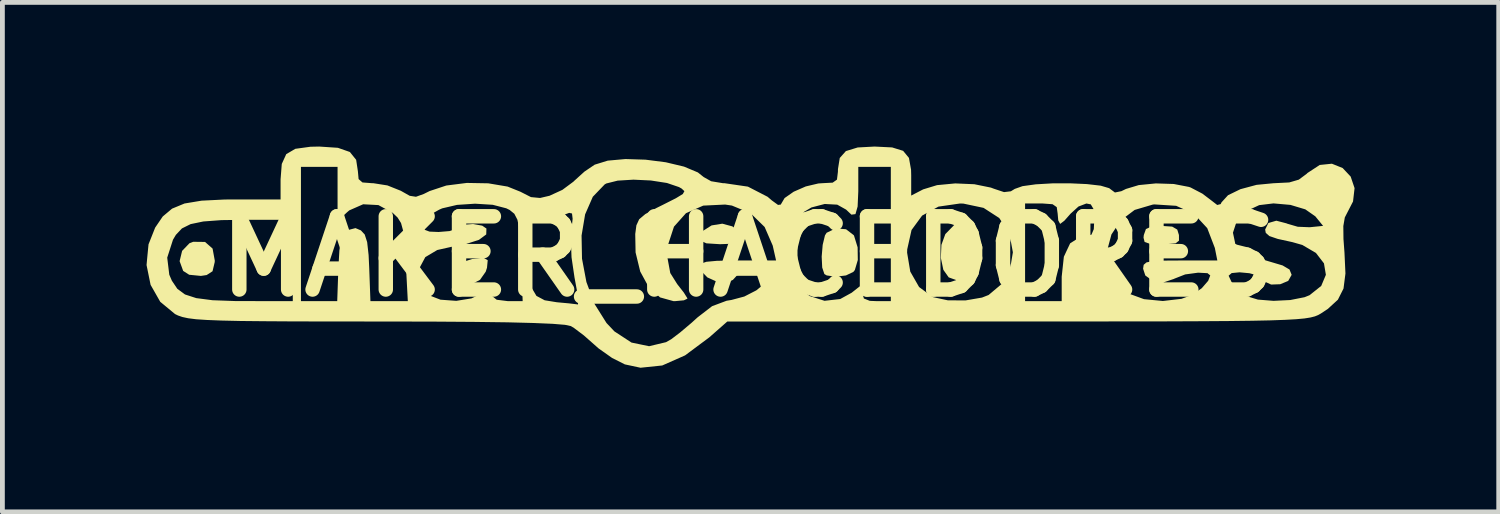
<source format=kicad_pcb>
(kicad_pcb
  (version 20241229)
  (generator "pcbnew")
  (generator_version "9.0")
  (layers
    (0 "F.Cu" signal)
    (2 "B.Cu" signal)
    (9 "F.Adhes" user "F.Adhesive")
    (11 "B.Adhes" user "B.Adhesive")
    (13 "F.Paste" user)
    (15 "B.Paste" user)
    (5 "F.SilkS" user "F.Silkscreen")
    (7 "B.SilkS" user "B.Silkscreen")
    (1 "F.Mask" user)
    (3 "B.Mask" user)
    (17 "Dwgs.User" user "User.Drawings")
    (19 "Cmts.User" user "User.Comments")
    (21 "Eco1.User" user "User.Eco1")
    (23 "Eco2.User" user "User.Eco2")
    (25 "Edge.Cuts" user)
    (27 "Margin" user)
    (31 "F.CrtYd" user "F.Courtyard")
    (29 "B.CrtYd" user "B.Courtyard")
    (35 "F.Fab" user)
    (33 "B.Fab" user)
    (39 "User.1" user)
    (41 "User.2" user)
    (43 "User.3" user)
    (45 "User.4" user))
  (footprint "MAKER_HACEDORES"
    (layer "F.Cu")
    (at 12.526 2.286)
    (property "Reference" "MAKER_HACEDORES" (at 0 0 0) (layer "F.SilkS") (effects (font (size 1.524 1.524) (thickness 0.3))))
    (attr board_only exclude_from_pos_files exclude_from_bom)
    (fp_poly (pts (xy -5.426 0.079) (xy -5.441 0.236) (xy -5.468 0.319) (xy -5.586 0.487) (xy -5.763 0.58) (xy -5.94 0.583) (xy -6.059 0.481) (xy -6.063 0.471) (xy -6.079 0.26) (xy -5.939 0.115) (xy -5.751 0.054) (xy -5.521 0.026)) (stroke (width 0) (type solid)) (fill yes) (layer "F.SilkS"))
    (fp_poly (pts (xy -0.335 -0.625) (xy -0.271 -0.576) (xy -0.164 -0.417) (xy -0.217 -0.312) (xy -0.43 -0.26) (xy -0.593 -0.254) (xy -0.876 -0.272) (xy -1.005 -0.33) (xy -1.016 -0.364) (xy -0.944 -0.533) (xy -0.767 -0.645) (xy -0.544 -0.681)) (stroke (width 0) (type solid)) (fill yes) (layer "F.SilkS"))
    (fp_poly (pts (xy -11.309 -0.301) (xy -11.152 -0.163) (xy -11.106 0.088) (xy -11.108 0.12) (xy -11.153 0.309) (xy -11.275 0.388) (xy -11.395 0.406) (xy -11.639 0.382) (xy -11.764 0.302) (xy -11.838 0.099) (xy -11.786 -0.115) (xy -11.633 -0.274) (xy -11.555 -0.304)) (stroke (width 0) (type solid)) (fill yes) (layer "F.SilkS"))
    (fp_poly (pts (xy 4.612 -0.58) (xy 4.714 -0.348) (xy 4.741 -0.085) (xy 4.698 0.249) (xy 4.576 0.454) (xy 4.39 0.517) (xy 4.167 0.436) (xy 4.056 0.279) (xy 4.004 0.031) (xy 4.016 -0.241) (xy 4.097 -0.464) (xy 4.28 -0.652) (xy 4.46 -0.685)) (stroke (width 0) (type solid)) (fill yes) (layer "F.SilkS"))
    (fp_poly (pts (xy 8.818 -0.62) (xy 8.924 -0.558) (xy 8.959 -0.445) (xy 8.96 -0.328) (xy 8.89 -0.272) (xy 8.709 -0.255) (xy 8.594 -0.254) (xy 8.355 -0.262) (xy 8.245 -0.3) (xy 8.222 -0.389) (xy 8.228 -0.445) (xy 8.272 -0.569) (xy 8.391 -0.624) (xy 8.594 -0.635)) (stroke (width 0) (type solid)) (fill yes) (layer "F.SilkS"))
    (fp_poly (pts (xy 2.031 -0.565) (xy 2.191 -0.442) (xy 2.198 -0.429) (xy 2.272 -0.189) (xy 2.276 0.075) (xy 2.214 0.284) (xy 2.184 0.322) (xy 2.03 0.396) (xy 1.815 0.423) (xy 1.629 0.396) (xy 1.58 0.367) (xy 1.535 0.232) (xy 1.524 0.005) (xy 1.545 -0.241) (xy 1.592 -0.436) (xy 1.626 -0.491) (xy 1.816 -0.584)) (stroke (width 0) (type solid)) (fill yes) (layer "F.SilkS"))
    (fp_poly (pts (xy 2.99 -2.268) (xy 3.219 -2.197) (xy 3.34 -2.05) (xy 3.384 -1.805) (xy 3.387 -1.688) (xy 3.387 -1.266) (xy 3.636 -1.395) (xy 3.925 -1.483) (xy 4.304 -1.519) (xy 4.701 -1.502) (xy 5.045 -1.432) (xy 5.109 -1.408) (xy 5.319 -1.338) (xy 5.461 -1.355) (xy 5.543 -1.405) (xy 5.704 -1.462) (xy 5.98 -1.5) (xy 6.325 -1.52) (xy 6.695 -1.521) (xy 7.045 -1.505) (xy 7.331 -1.472) (xy 7.507 -1.42) (xy 7.533 -1.4) (xy 7.627 -1.33) (xy 7.76 -1.357) (xy 7.857 -1.404) (xy 8.123 -1.484) (xy 8.479 -1.519) (xy 8.851 -1.507) (xy 9.167 -1.446) (xy 9.202 -1.434) (xy 9.447 -1.306) (xy 9.62 -1.175) (xy 9.756 -1.07) (xy 9.828 -1.089) (xy 9.845 -1.125) (xy 9.98 -1.273) (xy 10.239 -1.399) (xy 10.574 -1.489) (xy 10.939 -1.524) (xy 10.952 -1.524) (xy 11.254 -1.539) (xy 11.453 -1.597) (xy 11.616 -1.718) (xy 11.634 -1.736) (xy 11.889 -1.903) (xy 12.142 -1.929) (xy 12.366 -1.839) (xy 12.533 -1.661) (xy 12.614 -1.421) (xy 12.582 -1.143) (xy 12.48 -0.945) (xy 12.411 -0.811) (xy 12.38 -0.631) (xy 12.383 -0.361) (xy 12.404 -0.078) (xy 12.424 0.356) (xy 12.384 0.669) (xy 12.267 0.901) (xy 12.056 1.094) (xy 11.912 1.189) (xy 11.855 1.221) (xy 11.788 1.248) (xy 11.698 1.271) (xy 11.573 1.291) (xy 11.401 1.307) (xy 11.17 1.32) (xy 10.868 1.331) (xy 10.483 1.339) (xy 10.003 1.345) (xy 9.415 1.349) (xy 8.708 1.352) (xy 7.869 1.353) (xy 6.887 1.354) (xy 5.748 1.354) (xy 5.601 1.354) (xy -0.44 1.355) (xy -0.815 1.685) (xy -1.319 2.06) (xy -1.794 2.27) (xy -2.246 2.317) (xy -2.573 2.247) (xy -2.84 2.112) (xy -3.12 1.914) (xy -3.208 1.836) (xy -3.427 1.643) (xy -3.63 1.49) (xy -3.699 1.449) (xy -3.818 1.424) (xy -4.074 1.403) (xy -4.47 1.386) (xy -5.013 1.372) (xy -5.707 1.363) (xy -6.56 1.357) (xy -7.575 1.355) (xy -7.764 1.355) (xy -8.681 1.354) (xy -9.444 1.353) (xy -10.069 1.349) (xy -10.571 1.344) (xy -10.966 1.335) (xy -11.268 1.323) (xy -11.495 1.308) (xy -11.661 1.287) (xy -11.781 1.261) (xy -11.871 1.23) (xy -11.933 1.2) (xy -12.241 0.945) (xy -12.442 0.592) (xy -12.526 0.18) (xy -12.512 0.026) (xy -12.096 0.026) (xy -12.053 0.381) (xy -11.999 0.506) (xy -11.886 0.674) (xy -11.726 0.792) (xy -11.492 0.868) (xy -11.154 0.912) (xy -10.686 0.929) (xy -10.477 0.93) (xy -9.483 0.931) (xy -9.313 0.931) (xy -8.558 0.931) (xy -8.534 0.242) (xy -8.513 -0.124) (xy -8.477 -0.355) (xy -8.419 -0.488) (xy -8.361 -0.541) (xy -8.178 -0.589) (xy -8.065 -0.541) (xy -7.986 -0.456) (xy -7.935 -0.297) (xy -7.905 -0.029) (xy -7.892 0.242) (xy -7.867 0.931) (xy -7.089 0.931) (xy -7.118 0.381) (xy -6.858 0.381) (xy -6.804 0.651) (xy -6.67 0.8) (xy -6.409 0.901) (xy -6.08 0.925) (xy -5.765 0.874) (xy -5.606 0.799) (xy -5.465 0.714) (xy -5.397 0.735) (xy -5.367 0.799) (xy -5.239 0.902) (xy -5.007 0.931) (xy -4.699 0.931) (xy -4.723 0.191) (xy -4.733 -0.05) (xy -4.572 -0.05) (xy -4.56 0.37) (xy -4.513 0.651) (xy -4.412 0.822) (xy -4.241 0.913) (xy -3.983 0.955) (xy -3.979 0.955) (xy -3.739 0.977) (xy -3.579 0.996) (xy -3.549 1.001) (xy -3.541 0.933) (xy -3.564 0.741) (xy -3.615 0.465) (xy -3.619 0.445) (xy -3.682 0.018) (xy -3.697 -0.385) (xy -3.693 -0.434) (xy -3.473 -0.434) (xy -3.464 0.047) (xy -3.372 0.534) (xy -3.202 0.991) (xy -2.954 1.386) (xy -2.79 1.56) (xy -2.434 1.793) (xy -2.068 1.869) (xy -1.715 1.785) (xy -1.606 1.723) (xy -1.422 1.583) (xy -1.185 1.383) (xy -1.058 1.268) (xy -0.757 1.036) (xy -0.455 0.923) (xy -0.352 0.906) (xy -0.086 0.835) (xy 0.165 0.706) (xy 0.352 0.552) (xy 0.423 0.409) (xy 0.348 0.365) (xy 0.16 0.34) (xy 0.085 0.339) (xy -0.127 0.355) (xy -0.245 0.397) (xy -0.254 0.413) (xy -0.325 0.49) (xy -0.443 0.538) (xy -0.649 0.53) (xy -0.855 0.437) (xy -0.993 0.294) (xy -1.016 0.21) (xy -0.986 0.15) (xy -0.876 0.112) (xy -0.658 0.092) (xy -0.347 0.086) (xy 0.803 0.086) (xy 0.841 0.267) (xy 1.012 0.601) (xy 1.272 0.824) (xy 1.583 0.924) (xy 1.91 0.887) (xy 2.148 0.756) (xy 2.371 0.58) (xy 2.371 0.756) (xy 2.402 0.876) (xy 2.525 0.925) (xy 2.667 0.931) (xy 2.963 0.931) (xy 5.757 0.931) (xy 6.519 0.931) (xy 6.519 0.423) (xy 6.564 0.007) (xy 6.625 -0.124) (xy 7.465 -0.124) (xy 7.49 0.215) (xy 7.637 0.526) (xy 7.91 0.772) (xy 8.232 0.89) (xy 8.625 0.928) (xy 9.012 0.883) (xy 9.23 0.803) (xy 9.434 0.662) (xy 9.568 0.507) (xy 9.608 0.402) (xy 9.993 0.402) (xy 10.061 0.548) (xy 10.219 0.718) (xy 10.372 0.829) (xy 10.603 0.899) (xy 10.928 0.925) (xy 11.275 0.908) (xy 11.574 0.849) (xy 11.678 0.807) (xy 11.92 0.614) (xy 12.017 0.383) (xy 11.977 0.145) (xy 11.81 -0.072) (xy 11.527 -0.238) (xy 11.32 -0.297) (xy 11.015 -0.364) (xy 10.842 -0.423) (xy 10.766 -0.49) (xy 10.753 -0.559) (xy 10.82 -0.695) (xy 10.986 -0.743) (xy 11.2 -0.687) (xy 11.209 -0.682) (xy 11.431 -0.617) (xy 11.68 -0.607) (xy 11.959 -0.635) (xy 11.797 -0.834) (xy 11.589 -0.979) (xy 11.279 -1.072) (xy 10.927 -1.103) (xy 10.629 -1.067) (xy 10.349 -0.936) (xy 10.161 -0.732) (xy 10.083 -0.493) (xy 10.132 -0.261) (xy 10.223 -0.147) (xy 10.387 -0.051) (xy 10.648 0.049) (xy 10.837 0.105) (xy 11.116 0.188) (xy 11.26 0.273) (xy 11.303 0.379) (xy 11.303 0.386) (xy 11.233 0.51) (xy 11.068 0.579) (xy 10.878 0.586) (xy 10.731 0.519) (xy 10.701 0.471) (xy 10.606 0.399) (xy 10.425 0.35) (xy 10.22 0.331) (xy 10.056 0.347) (xy 9.993 0.402) (xy 9.608 0.402) (xy 9.611 0.396) (xy 9.553 0.349) (xy 9.361 0.339) (xy 9.356 0.339) (xy 9.089 0.375) (xy 8.862 0.464) (xy 8.856 0.468) (xy 8.636 0.542) (xy 8.418 0.512) (xy 8.259 0.397) (xy 8.213 0.256) (xy 8.225 0.175) (xy 8.283 0.125) (xy 8.418 0.097) (xy 8.663 0.087) (xy 8.985 0.085) (xy 9.758 0.085) (xy 9.706 -0.176) (xy 9.548 -0.588) (xy 9.274 -0.884) (xy 8.901 -1.053) (xy 8.446 -1.082) (xy 8.413 -1.078) (xy 8.037 -0.967) (xy 7.747 -0.748) (xy 7.554 -0.456) (xy 7.465 -0.124) (xy 6.625 -0.124) (xy 6.695 -0.272) (xy 6.909 -0.409) (xy 7.027 -0.423) (xy 7.138 -0.452) (xy 7.187 -0.567) (xy 7.197 -0.762) (xy 7.182 -0.985) (xy 7.124 -1.083) (xy 7.033 -1.101) (xy 6.868 -1.038) (xy 6.704 -0.889) (xy 6.574 -0.742) (xy 6.488 -0.677) (xy 6.486 -0.677) (xy 6.447 -0.75) (xy 6.435 -0.889) (xy 6.416 -1.025) (xy 6.329 -1.086) (xy 6.125 -1.101) (xy 6.096 -1.101) (xy 5.757 -1.101) (xy 5.757 0.931) (xy 2.963 0.931) (xy 2.963 -0.077) (xy 3.302 -0.077) (xy 3.368 0.317) (xy 3.551 0.637) (xy 3.829 0.842) (xy 3.843 0.848) (xy 4.149 0.914) (xy 4.517 0.916) (xy 4.86 0.857) (xy 4.998 0.803) (xy 5.269 0.575) (xy 5.448 0.244) (xy 5.503 -0.085) (xy 5.429 -0.484) (xy 5.219 -0.799) (xy 4.893 -1.01) (xy 4.473 -1.099) (xy 4.403 -1.101) (xy 3.954 -1.036) (xy 3.614 -0.849) (xy 3.394 -0.549) (xy 3.304 -0.146) (xy 3.302 -0.077) (xy 2.963 -0.077) (xy 2.963 -1.863) (xy 2.286 -1.863) (xy 2.286 -1.355) (xy 2.272 -1.038) (xy 2.227 -0.88) (xy 2.143 -0.869) (xy 2.032 -0.974) (xy 1.848 -1.077) (xy 1.587 -1.091) (xy 1.312 -1.019) (xy 1.156 -0.927) (xy 0.941 -0.66) (xy 0.818 -0.302) (xy 0.803 0.086) (xy -0.347 0.086) (xy -0.305 0.085) (xy -0.221 0.085) (xy 0.575 0.085) (xy 0.505 -0.225) (xy 0.337 -0.612) (xy 0.046 -0.897) (xy -0.344 -1.058) (xy -0.486 -1.079) (xy -0.941 -1.057) (xy -1.3 -0.899) (xy -1.55 -0.619) (xy -1.678 -0.228) (xy -1.693 -0.011) (xy -1.627 0.346) (xy -1.482 0.577) (xy -1.346 0.751) (xy -1.274 0.866) (xy -1.27 0.88) (xy -1.344 0.914) (xy -1.527 0.931) (xy -1.56 0.931) (xy -1.84 0.853) (xy -2.077 0.637) (xy -2.252 0.315) (xy -2.349 -0.083) (xy -2.356 -0.466) (xy -2.332 -0.647) (xy -2.274 -0.773) (xy -2.146 -0.881) (xy -1.913 -1.008) (xy -1.788 -1.07) (xy -1.511 -1.21) (xy -1.366 -1.298) (xy -1.333 -1.358) (xy -1.391 -1.412) (xy -1.446 -1.443) (xy -1.696 -1.528) (xy -2.032 -1.58) (xy -2.393 -1.597) (xy -2.721 -1.577) (xy -2.957 -1.518) (xy -2.991 -1.499) (xy -3.239 -1.241) (xy -3.399 -0.875) (xy -3.473 -0.434) (xy -3.693 -0.434) (xy -3.685 -0.54) (xy -3.659 -0.783) (xy -3.672 -0.893) (xy -3.731 -0.906) (xy -3.784 -0.886) (xy -3.97 -0.831) (xy -4.222 -0.786) (xy -4.255 -0.782) (xy -4.572 -0.744) (xy -4.572 -0.05) (xy -4.733 -0.05) (xy -4.741 -0.255) (xy -4.767 -0.563) (xy -4.808 -0.763) (xy -4.872 -0.887) (xy -4.969 -0.966) (xy -5.04 -1.001) (xy -5.322 -1.074) (xy -5.689 -1.097) (xy -6.065 -1.072) (xy -6.374 -1) (xy -6.439 -0.971) (xy -6.608 -0.875) (xy -6.688 -0.812) (xy -6.689 -0.809) (xy -6.715 -0.712) (xy -6.74 -0.642) (xy -6.742 -0.555) (xy -6.637 -0.516) (xy -6.449 -0.508) (xy -6.22 -0.527) (xy -6.072 -0.575) (xy -6.054 -0.593) (xy -5.93 -0.659) (xy -5.731 -0.674) (xy -5.541 -0.64) (xy -5.453 -0.58) (xy -5.457 -0.457) (xy -5.608 -0.345) (xy -5.884 -0.256) (xy -6.079 -0.222) (xy -6.476 -0.133) (xy -6.725 0.015) (xy -6.843 0.236) (xy -6.858 0.381) (xy -7.118 0.381) (xy -7.132 0.111) (xy -7.155 -0.274) (xy -7.185 -0.529) (xy -7.23 -0.694) (xy -7.302 -0.809) (xy -7.402 -0.905) (xy -7.701 -1.068) (xy -8.018 -1.085) (xy -8.307 -0.958) (xy -8.355 -0.917) (xy -8.551 -0.732) (xy -8.551 -1.863) (xy -9.313 -1.863) (xy -9.313 0.931) (xy -9.483 0.931) (xy -9.483 -0.762) (xy -10.451 -0.762) (xy -10.968 -0.755) (xy -11.344 -0.727) (xy -11.609 -0.672) (xy -11.79 -0.582) (xy -11.916 -0.448) (xy -11.976 -0.347) (xy -12.096 0.026) (xy -12.512 0.026) (xy -12.485 -0.251) (xy -12.347 -0.599) (xy -12.189 -0.831) (xy -11.995 -0.994) (xy -11.736 -1.101) (xy -11.381 -1.16) (xy -10.899 -1.184) (xy -10.676 -1.185) (xy -9.737 -1.185) (xy -9.737 -1.603) (xy -9.712 -1.924) (xy -9.619 -2.128) (xy -9.43 -2.239) (xy -9.116 -2.282) (xy -8.932 -2.286) (xy -8.544 -2.26) (xy -8.295 -2.173) (xy -8.164 -2.01) (xy -8.128 -1.772) (xy -8.113 -1.609) (xy -8.033 -1.539) (xy -7.84 -1.524) (xy -7.811 -1.524) (xy -7.513 -1.477) (xy -7.233 -1.365) (xy -7.225 -1.36) (xy -7.049 -1.261) (xy -6.919 -1.241) (xy -6.758 -1.299) (xy -6.635 -1.36) (xy -6.288 -1.475) (xy -5.861 -1.529) (xy -5.415 -1.521) (xy -5.012 -1.453) (xy -4.746 -1.346) (xy -4.526 -1.234) (xy -4.337 -1.216) (xy -4.14 -1.262) (xy -3.872 -1.385) (xy -3.643 -1.555) (xy -3.627 -1.571) (xy -3.414 -1.764) (xy -3.2 -1.909) (xy -2.928 -1.993) (xy -2.56 -2.026) (xy -2.142 -2.013) (xy -1.72 -1.959) (xy -1.342 -1.869) (xy -1.053 -1.748) (xy -0.931 -1.651) (xy -0.776 -1.564) (xy -0.533 -1.524) (xy -0.503 -1.524) (xy -0.011 -1.452) (xy 0.398 -1.241) (xy 0.487 -1.165) (xy 0.616 -1.071) (xy 0.677 -1.08) (xy 0.677 -1.087) (xy 0.752 -1.214) (xy 0.941 -1.346) (xy 1.193 -1.456) (xy 1.455 -1.518) (xy 1.545 -1.524) (xy 1.753 -1.535) (xy 1.842 -1.598) (xy 1.862 -1.761) (xy 1.863 -1.817) (xy 1.9 -2.048) (xy 2.028 -2.192) (xy 2.273 -2.267) (xy 2.625 -2.286)) (stroke (width 0) (type solid)) (fill yes) (layer "F.SilkS")))
  (gr_rect
    (start -3 -3)
    (end 28.14 7.603)
    (stroke (width 0.1) (type default))
    (fill no)
    (layer "Edge.Cuts")))
</source>
